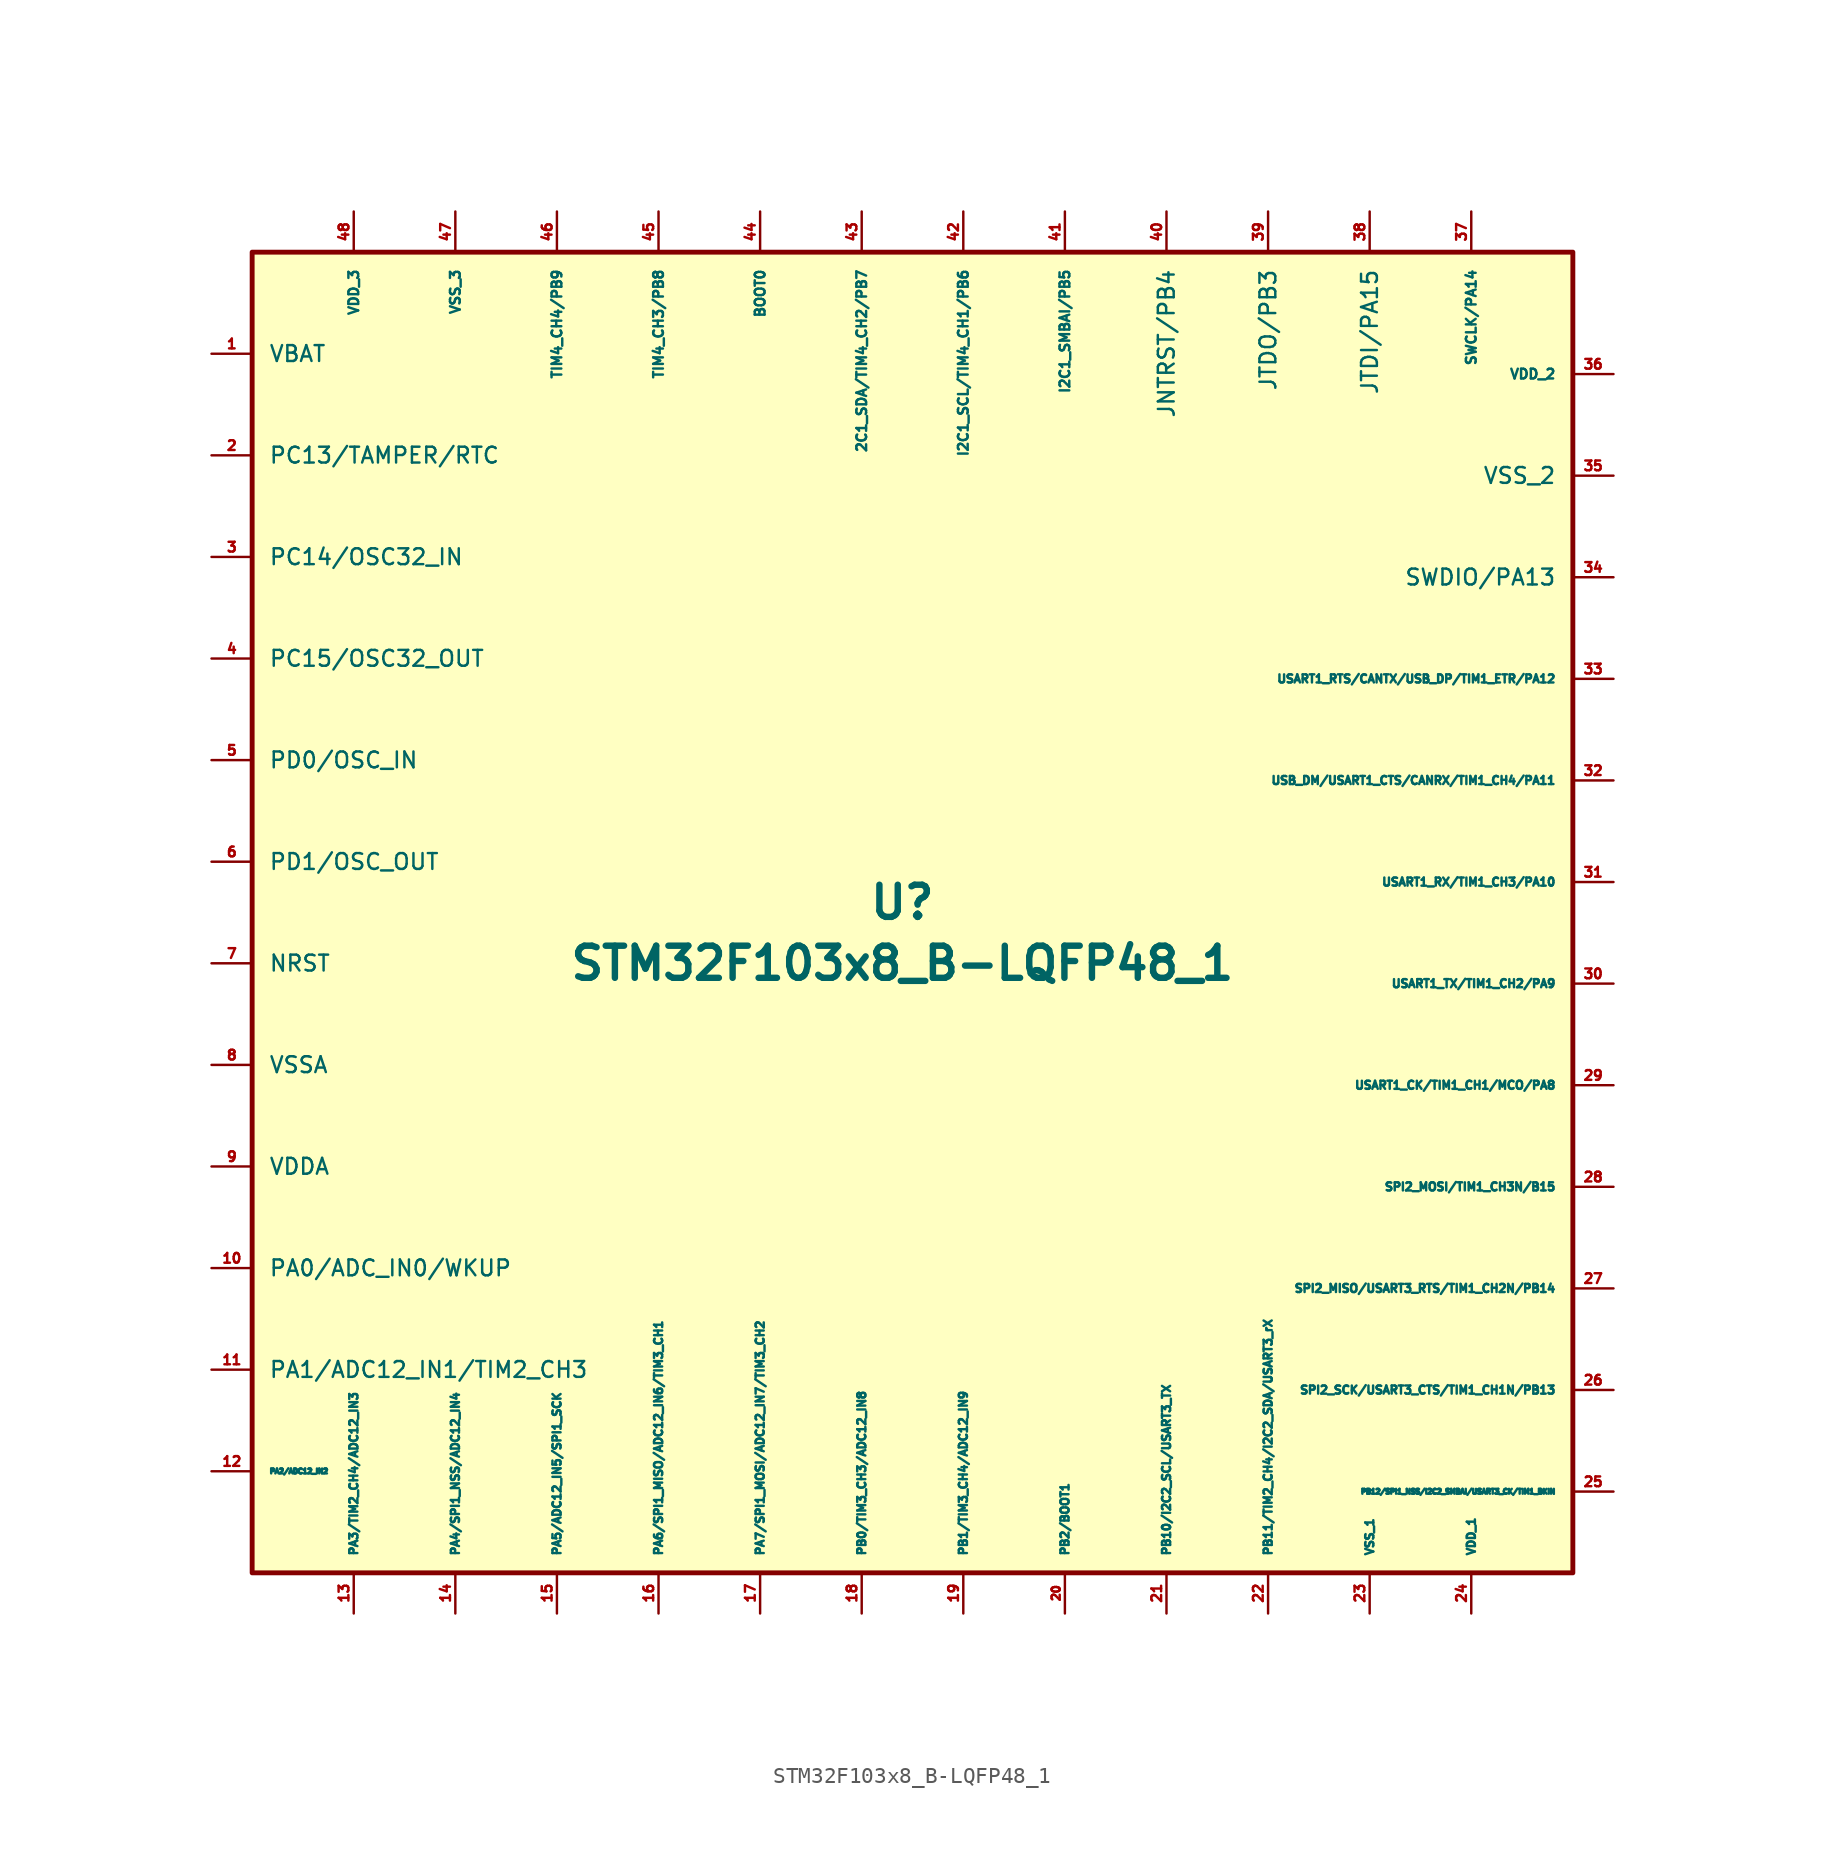
<source format=kicad_sym>
(kicad_symbol_lib
  (version 20211014)
  (generator kicad_symbol_editor)
  (symbol "STM32F103x8_B-LQFP48_1"
    (pin_names
      (offset 1.016))
    (property "Reference" "U"
      (at 0 1.27 0)
      (effects (font (size 2.007 2.007) bold)))
    (property "Value" "STM32F103x8_B-LQFP48_1"
      (at 0 -2.54 0)
      (effects (font (size 2.007 2.007) bold)))
    (symbol "STM32F103x8_B-LQFP48_1_0_1"
      (rectangle (start 41.91 41.91) (end -40.64 -40.64) (stroke (width 0.305) (type default) (color 0 0 0 0)) (fill (type background))))
    (symbol "STM32F103x8_B-LQFP48_1_1_1"
      (pin power_in line (at -43.18 35.56 0) (length 2.54) (name "VBAT" (effects (font (size 0.991 0.991)))) (number "1" (effects (font (size 0.61 0.61)))))
      (pin bidirectional line (at -43.18 -21.59 0) (length 2.54) (name "PA0/ADC_IN0/WKUP" (effects (font (size 0.991 0.991)))) (number "10" (effects (font (size 0.61 0.61)))))
      (pin bidirectional line (at -43.18 -27.94 0) (length 2.54) (name "PA1/ADC12_IN1/TIM2_CH3" (effects (font (size 0.991 0.991)))) (number "11" (effects (font (size 0.61 0.61)))))
      (pin bidirectional line (at -43.18 -34.29 0) (length 2.54) (name "PA2/ADC12_IN2" (effects (font (size 0.305 0.305)))) (number "12" (effects (font (size 0.61 0.61)))))
      (pin bidirectional line (at -34.29 -43.18 90) (length 2.54) (name "PA3/TIM2_CH4/ADC12_IN3" (effects (font (size 0.508 0.508)))) (number "13" (effects (font (size 0.61 0.61)))))
      (pin bidirectional line (at -27.94 -43.18 90) (length 2.54) (name "PA4/SPI1_NSS/ADC12_IN4" (effects (font (size 0.508 0.508)))) (number "14" (effects (font (size 0.61 0.61)))))
      (pin bidirectional line (at -21.59 -43.18 90) (length 2.54) (name "PA5/ADC12_IN5/SPI1_SCK" (effects (font (size 0.508 0.508)))) (number "15" (effects (font (size 0.61 0.61)))))
      (pin bidirectional line (at -15.24 -43.18 90) (length 2.54) (name "PA6/SPI1_MISO/ADC12_IN6/TIM3_CH1" (effects (font (size 0.508 0.508)))) (number "16" (effects (font (size 0.61 0.61)))))
      (pin bidirectional line (at -8.89 -43.18 90) (length 2.54) (name "PA7/SPI1_MOSI/ADC12_IN7/TIM3_CH2" (effects (font (size 0.508 0.508)))) (number "17" (effects (font (size 0.61 0.61)))))
      (pin bidirectional line (at -2.54 -43.18 90) (length 2.54) (name "PB0/TIM3_CH3/ADC12_IN8" (effects (font (size 0.508 0.508)))) (number "18" (effects (font (size 0.61 0.61)))))
      (pin bidirectional line (at 3.81 -43.18 90) (length 2.54) (name "PB1/TIM3_CH4/ADC12_IN9" (effects (font (size 0.508 0.508)))) (number "19" (effects (font (size 0.61 0.61)))))
      (pin bidirectional line (at -43.18 29.21 0) (length 2.54) (name "PC13/TAMPER/RTC" (effects (font (size 0.991 0.991)))) (number "2" (effects (font (size 0.61 0.61)))))
      (pin bidirectional line (at 10.16 -43.18 90) (length 2.54) (name "PB2/BOOT1" (effects (font (size 0.508 0.508)))) (number "20" (effects (font (size 0.508 0.508)))))
      (pin bidirectional line (at 16.51 -43.18 90) (length 2.54) (name "PB10/I2C2_SCL/USART3_TX" (effects (font (size 0.508 0.508)))) (number "21" (effects (font (size 0.61 0.61)))))
      (pin bidirectional line (at 22.86 -43.18 90) (length 2.54) (name "PB11/TIM2_CH4/I2C2_SDA/USART3_rX" (effects (font (size 0.508 0.508)))) (number "22" (effects (font (size 0.61 0.61)))))
      (pin power_in line (at 29.21 -43.18 90) (length 2.54) (name "VSS_1" (effects (font (size 0.508 0.508)))) (number "23" (effects (font (size 0.61 0.61)))))
      (pin power_in line (at 35.56 -43.18 90) (length 2.54) (name "VDD_1" (effects (font (size 0.508 0.508)))) (number "24" (effects (font (size 0.61 0.61)))))
      (pin bidirectional line (at 44.45 -35.56 180) (length 2.54) (name "PB12/SPI1_NSS/I2C2_SMBAI/USART3_CK/TIM1_BKIN" (effects (font (size 0.305 0.305)))) (number "25" (effects (font (size 0.61 0.61)))))
      (pin bidirectional line (at 44.45 -29.21 180) (length 2.54) (name "SPI2_SCK/USART3_CTS/TIM1_CH1N/PB13" (effects (font (size 0.508 0.508)))) (number "26" (effects (font (size 0.61 0.61)))))
      (pin bidirectional line (at 44.45 -22.86 180) (length 2.54) (name "SPI2_MISO/USART3_RTS/TIM1_CH2N/PB14" (effects (font (size 0.508 0.508)))) (number "27" (effects (font (size 0.61 0.61)))))
      (pin bidirectional line (at 44.45 -16.51 180) (length 2.54) (name "SPI2_MOSI/TIM1_CH3N/B15" (effects (font (size 0.508 0.508)))) (number "28" (effects (font (size 0.61 0.61)))))
      (pin bidirectional line (at 44.45 -10.16 180) (length 2.54) (name "USART1_CK/TIM1_CH1/MCO/PA8" (effects (font (size 0.508 0.508)))) (number "29" (effects (font (size 0.61 0.61)))))
      (pin bidirectional line (at -43.18 22.86 0) (length 2.54) (name "PC14/OSC32_IN" (effects (font (size 0.991 0.991)))) (number "3" (effects (font (size 0.61 0.61)))))
      (pin bidirectional line (at 44.45 -3.81 180) (length 2.54) (name "USART1_TX/TIM1_CH2/PA9" (effects (font (size 0.508 0.508)))) (number "30" (effects (font (size 0.61 0.61)))))
      (pin bidirectional line (at 44.45 2.54 180) (length 2.54) (name "USART1_RX/TIM1_CH3/PA10" (effects (font (size 0.508 0.508)))) (number "31" (effects (font (size 0.61 0.61)))))
      (pin bidirectional line (at 44.45 8.89 180) (length 2.54) (name "USB_DM/USART1_CTS/CANRX/TIM1_CH4/PA11" (effects (font (size 0.508 0.508)))) (number "32" (effects (font (size 0.61 0.61)))))
      (pin bidirectional line (at 44.45 15.24 180) (length 2.54) (name "USART1_RTS/CANTX/USB_DP/TIM1_ETR/PA12" (effects (font (size 0.508 0.508)))) (number "33" (effects (font (size 0.61 0.61)))))
      (pin bidirectional line (at 44.45 21.59 180) (length 2.54) (name "SWDIO/PA13" (effects (font (size 0.991 0.991)))) (number "34" (effects (font (size 0.61 0.61)))))
      (pin power_in line (at 44.45 27.94 180) (length 2.54) (name "VSS_2" (effects (font (size 0.991 0.991)))) (number "35" (effects (font (size 0.61 0.61)))))
      (pin power_in line (at 44.45 34.29 180) (length 2.54) (name "VDD_2" (effects (font (size 0.61 0.61)))) (number "36" (effects (font (size 0.61 0.61)))))
      (pin bidirectional line (at 35.56 44.45 270) (length 2.54) (name "SWCLK/PA14" (effects (font (size 0.61 0.61)))) (number "37" (effects (font (size 0.61 0.61)))))
      (pin bidirectional line (at 29.21 44.45 270) (length 2.54) (name "JTDI/PA15" (effects (font (size 0.991 0.991)))) (number "38" (effects (font (size 0.61 0.61)))))
      (pin bidirectional line (at 22.86 44.45 270) (length 2.54) (name "JTDO/PB3" (effects (font (size 0.991 0.991)))) (number "39" (effects (font (size 0.61 0.61)))))
      (pin bidirectional line (at -43.18 16.51 0) (length 2.54) (name "PC15/OSC32_OUT" (effects (font (size 0.991 0.991)))) (number "4" (effects (font (size 0.61 0.61)))))
      (pin bidirectional line (at 16.51 44.45 270) (length 2.54) (name "JNTRST/PB4" (effects (font (size 0.991 0.991)))) (number "40" (effects (font (size 0.61 0.61)))))
      (pin bidirectional line (at 10.16 44.45 270) (length 2.54) (name "I2C1_SMBAI/PB5" (effects (font (size 0.61 0.61)))) (number "41" (effects (font (size 0.61 0.61)))))
      (pin bidirectional line (at 3.81 44.45 270) (length 2.54) (name "I2C1_SCL/TIM4_CH1/PB6" (effects (font (size 0.61 0.61)))) (number "42" (effects (font (size 0.61 0.61)))))
      (pin bidirectional line (at -2.54 44.45 270) (length 2.54) (name "2C1_SDA/TIM4_CH2/PB7" (effects (font (size 0.61 0.61)))) (number "43" (effects (font (size 0.61 0.61)))))
      (pin output line (at -8.89 44.45 270) (length 2.54) (name "BOOT0" (effects (font (size 0.61 0.61)))) (number "44" (effects (font (size 0.61 0.61)))))
      (pin bidirectional line (at -15.24 44.45 270) (length 2.54) (name "TIM4_CH3/PB8" (effects (font (size 0.61 0.61)))) (number "45" (effects (font (size 0.61 0.61)))))
      (pin input line (at -21.59 44.45 270) (length 2.54) (name "TIM4_CH4/PB9" (effects (font (size 0.61 0.61)))) (number "46" (effects (font (size 0.61 0.61)))))
      (pin input line (at -27.94 44.45 270) (length 2.54) (name "VSS_3" (effects (font (size 0.61 0.61)))) (number "47" (effects (font (size 0.61 0.61)))))
      (pin input line (at -34.29 44.45 270) (length 2.54) (name "VDD_3" (effects (font (size 0.61 0.61)))) (number "48" (effects (font (size 0.61 0.61)))))
      (pin bidirectional line (at -43.18 10.16 0) (length 2.54) (name "PD0/OSC_IN" (effects (font (size 0.991 0.991)))) (number "5" (effects (font (size 0.61 0.61)))))
      (pin bidirectional line (at -43.18 3.81 0) (length 2.54) (name "PD1/OSC_OUT" (effects (font (size 0.991 0.991)))) (number "6" (effects (font (size 0.61 0.61)))))
      (pin input line (at -43.18 -2.54 0) (length 2.54) (name "NRST" (effects (font (size 0.991 0.991)))) (number "7" (effects (font (size 0.61 0.61)))))
      (pin power_in line (at -43.18 -8.89 0) (length 2.54) (name "VSSA" (effects (font (size 0.991 0.991)))) (number "8" (effects (font (size 0.61 0.61)))))
      (pin power_in line (at -43.18 -15.24 0) (length 2.54) (name "VDDA" (effects (font (size 0.991 0.991)))) (number "9" (effects (font (size 0.61 0.61))))))))
</source>
